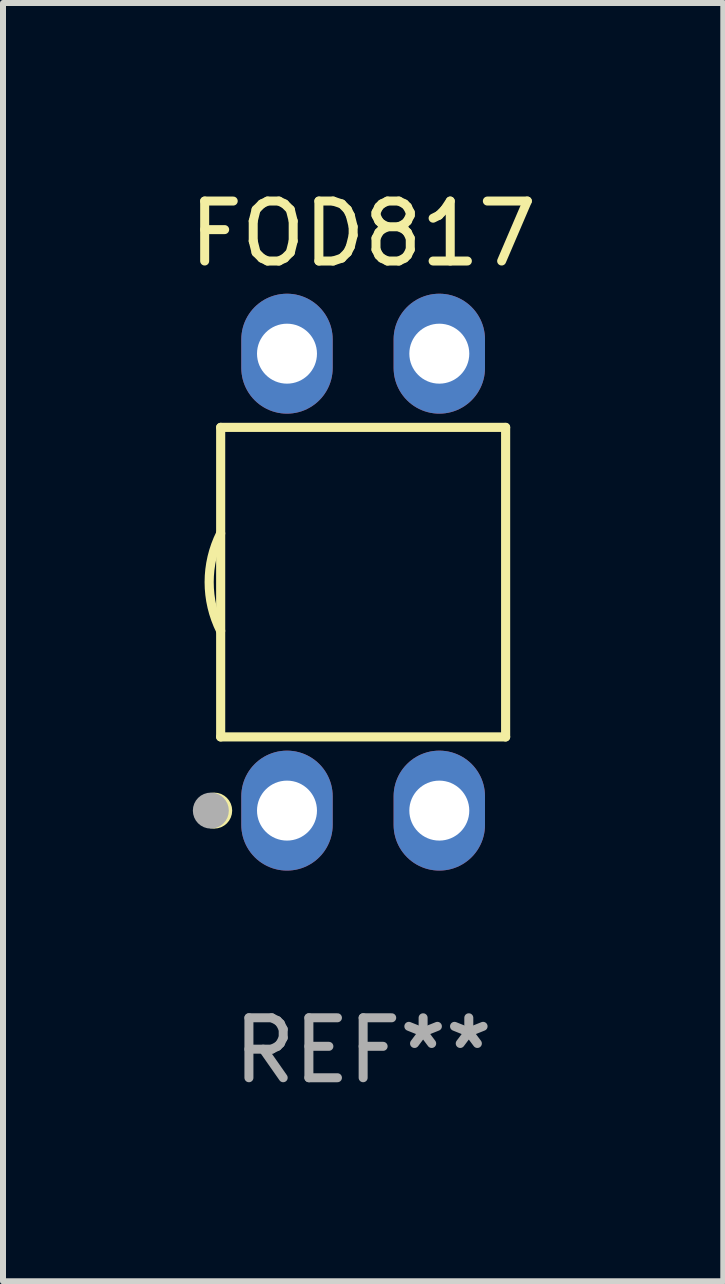
<source format=kicad_pcb>
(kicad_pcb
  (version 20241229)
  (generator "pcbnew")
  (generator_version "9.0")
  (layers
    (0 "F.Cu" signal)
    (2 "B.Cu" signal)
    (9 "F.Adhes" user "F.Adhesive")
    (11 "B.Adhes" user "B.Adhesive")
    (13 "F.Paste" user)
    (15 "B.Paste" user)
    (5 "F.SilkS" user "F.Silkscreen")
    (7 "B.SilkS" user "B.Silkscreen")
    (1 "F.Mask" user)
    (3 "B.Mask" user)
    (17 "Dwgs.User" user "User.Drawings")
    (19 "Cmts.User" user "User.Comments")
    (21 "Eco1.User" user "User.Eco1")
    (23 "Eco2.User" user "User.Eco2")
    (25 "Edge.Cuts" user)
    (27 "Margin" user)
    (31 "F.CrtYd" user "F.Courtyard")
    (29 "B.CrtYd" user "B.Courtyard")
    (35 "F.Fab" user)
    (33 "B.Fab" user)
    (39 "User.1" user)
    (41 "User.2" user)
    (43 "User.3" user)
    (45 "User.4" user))
  (footprint "FOD817"
    (layer "F.Cu")
    (at 3.006 6.658)
    (property "Reference" "FOD817" (at 0 -5.81 0) (layer "F.SilkS") (effects (font (size 1 1) (thickness 0.15))))
    (attr through_hole)
    (fp_line (start -2.376 -2.581) (end 2.376 -2.581) (stroke (width 0.152) (type solid)) (layer "F.SilkS"))
    (fp_line (start -2.376 2.581) (end -2.376 -2.581) (stroke (width 0.152) (type solid)) (layer "F.SilkS"))
    (fp_line (start 2.376 -2.581) (end 2.376 2.581) (stroke (width 0.152) (type solid)) (layer "F.SilkS"))
    (fp_line (start 2.376 2.581) (end -2.376 2.581) (stroke (width 0.152) (type solid)) (layer "F.SilkS"))
    (fp_arc (start -2.3762 0.812496) (mid -2.568004 0) (end -2.3762 -0.812497) (stroke (width 0.1524) (type solid)) (layer "F.SilkS"))
    (fp_circle (center -2.484 3.81) (end -2.334 3.81) (stroke (width 0.3) (type solid)) (fill no) (layer "F.SilkS"))
    (fp_circle (center -2.3 3.935) (end -2.27 3.935) (stroke (width 0.06) (type solid)) (fill no) (layer "F.SilkS"))
    (fp_circle (center -2.54 3.81) (end -2.39 3.81) (stroke (width 0.3) (type solid)) (fill no) (layer "F.Fab"))
    (fp_text user "REF**" (at 0 7.81 0) (layer "F.Fab") (effects (font (size 1 1) (thickness 0.15))))
    (pad "1" thru_hole oval (at -1.27 3.81) (size 1.524 2) (drill 1) (layers "*.Cu" "*.Mask"))
    (pad "2" thru_hole oval (at 1.27 3.81) (size 1.524 2) (drill 1) (layers "*.Cu" "*.Mask"))
    (pad "3" thru_hole oval (at 1.27 -3.81) (size 1.524 2) (drill 1) (layers "*.Cu" "*.Mask"))
    (pad "4" thru_hole oval (at -1.27 -3.81) (size 1.524 2) (drill 1) (layers "*.Cu" "*.Mask")))
  (gr_rect
    (start -3 -3)
    (end 9.012 18.317)
    (stroke (width 0.1) (type default))
    (fill no)
    (layer "Edge.Cuts")))
</source>
